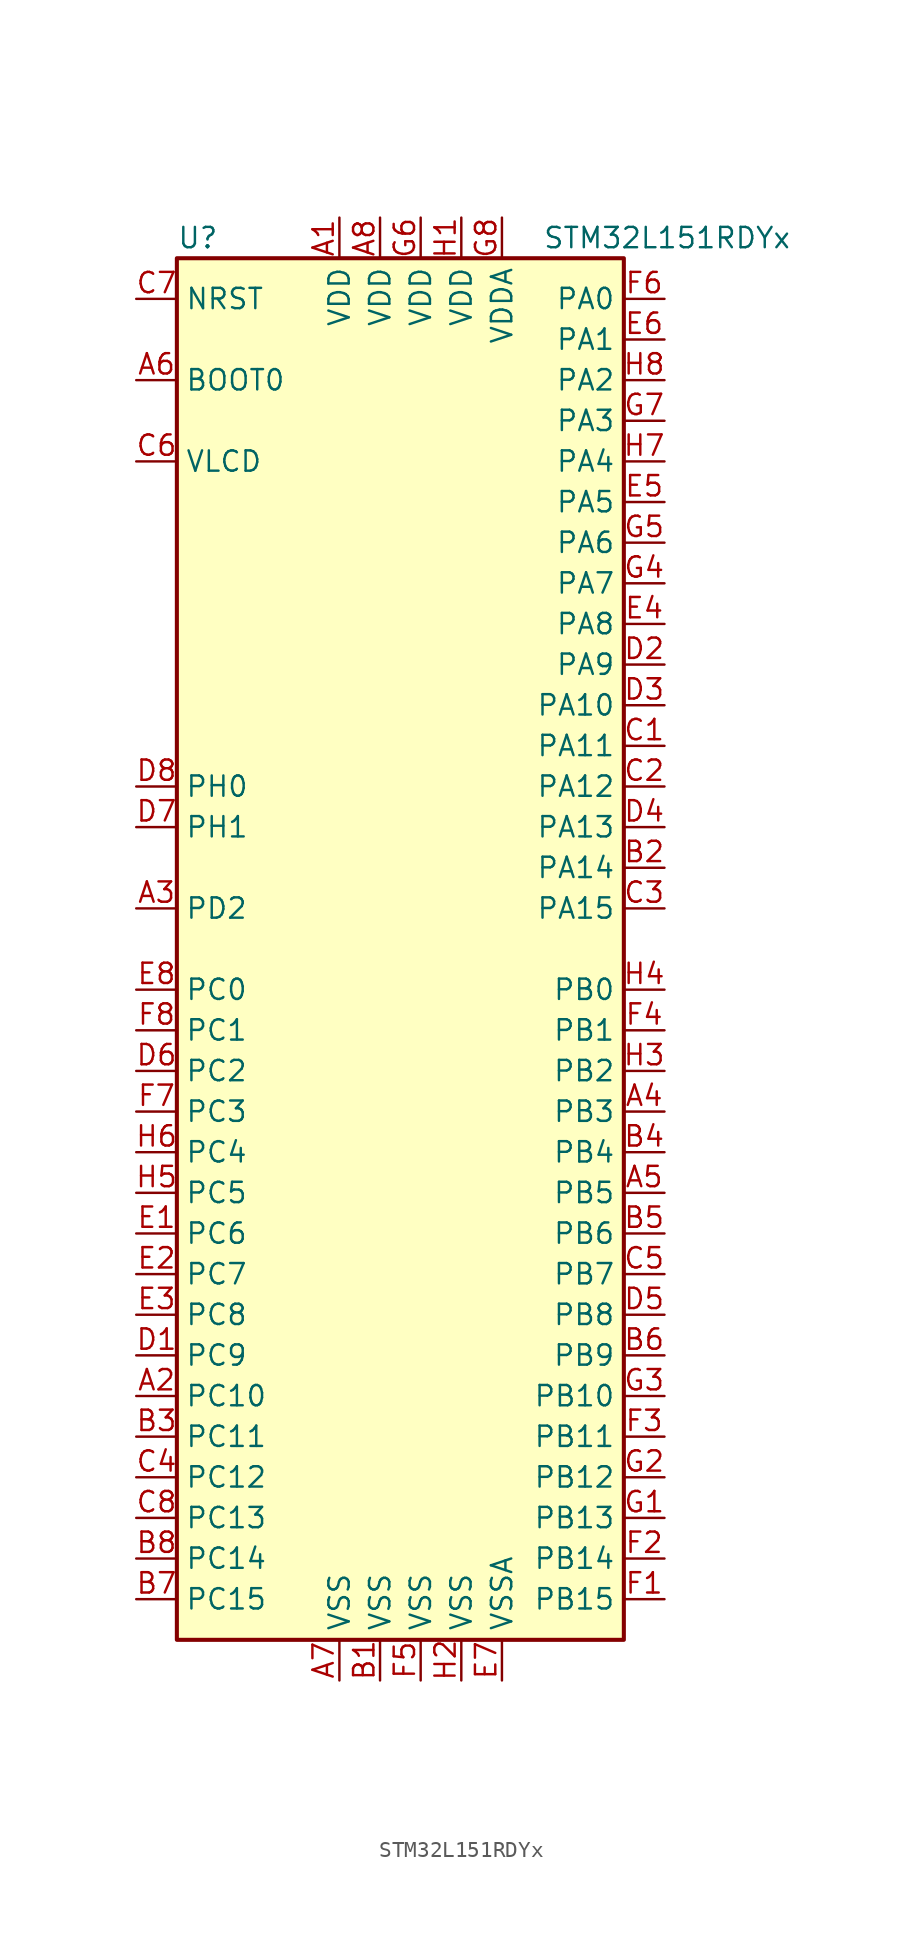
<source format=kicad_sym>
(kicad_symbol_lib
  (version 20201005)
  (generator kicad_symbol_editor)
  (symbol "MCU_ST_STM32L1:STM32L151RDYx"
    (property "Reference" "U"
      (at -15.24 44.45 0)
      (effects (font (size 1.27 1.27)) (justify left)))
    (property "Value" "STM32L151RDYx"
      (at 7.62 44.45 0)
      (effects (font (size 1.27 1.27)) (justify left)))
    (symbol "STM32L151RDYx_0_1"
      (rectangle (start -15.24 -43.18) (end 12.7 43.18) (stroke (width 0.254)) (fill (type background))))
    (symbol "STM32L151RDYx_1_1"
      (pin input line (at -17.78 35.56 0) (length 2.54) (name "BOOT0" (effects (font (size 1.27 1.27)))) (number "A6" (effects (font (size 1.27 1.27)))))
      (pin input line (at -17.78 40.64 0) (length 2.54) (name "NRST" (effects (font (size 1.27 1.27)))) (number "C7" (effects (font (size 1.27 1.27)))))
      (pin bidirectional line (at 15.24 40.64 180) (length 2.54) (name "PA0" (effects (font (size 1.27 1.27)))) (number "F6" (effects (font (size 1.27 1.27)))))
      (pin bidirectional line (at 15.24 38.1 180) (length 2.54) (name "PA1" (effects (font (size 1.27 1.27)))) (number "E6" (effects (font (size 1.27 1.27)))))
      (pin bidirectional line (at 15.24 15.24 180) (length 2.54) (name "PA10" (effects (font (size 1.27 1.27)))) (number "D3" (effects (font (size 1.27 1.27)))))
      (pin bidirectional line (at 15.24 12.7 180) (length 2.54) (name "PA11" (effects (font (size 1.27 1.27)))) (number "C1" (effects (font (size 1.27 1.27)))))
      (pin bidirectional line (at 15.24 10.16 180) (length 2.54) (name "PA12" (effects (font (size 1.27 1.27)))) (number "C2" (effects (font (size 1.27 1.27)))))
      (pin bidirectional line (at 15.24 7.62 180) (length 2.54) (name "PA13" (effects (font (size 1.27 1.27)))) (number "D4" (effects (font (size 1.27 1.27)))))
      (pin bidirectional line (at 15.24 5.08 180) (length 2.54) (name "PA14" (effects (font (size 1.27 1.27)))) (number "B2" (effects (font (size 1.27 1.27)))))
      (pin bidirectional line (at 15.24 2.54 180) (length 2.54) (name "PA15" (effects (font (size 1.27 1.27)))) (number "C3" (effects (font (size 1.27 1.27)))))
      (pin bidirectional line (at 15.24 35.56 180) (length 2.54) (name "PA2" (effects (font (size 1.27 1.27)))) (number "H8" (effects (font (size 1.27 1.27)))))
      (pin bidirectional line (at 15.24 33.02 180) (length 2.54) (name "PA3" (effects (font (size 1.27 1.27)))) (number "G7" (effects (font (size 1.27 1.27)))))
      (pin bidirectional line (at 15.24 30.48 180) (length 2.54) (name "PA4" (effects (font (size 1.27 1.27)))) (number "H7" (effects (font (size 1.27 1.27)))))
      (pin bidirectional line (at 15.24 27.94 180) (length 2.54) (name "PA5" (effects (font (size 1.27 1.27)))) (number "E5" (effects (font (size 1.27 1.27)))))
      (pin bidirectional line (at 15.24 25.4 180) (length 2.54) (name "PA6" (effects (font (size 1.27 1.27)))) (number "G5" (effects (font (size 1.27 1.27)))))
      (pin bidirectional line (at 15.24 22.86 180) (length 2.54) (name "PA7" (effects (font (size 1.27 1.27)))) (number "G4" (effects (font (size 1.27 1.27)))))
      (pin bidirectional line (at 15.24 20.32 180) (length 2.54) (name "PA8" (effects (font (size 1.27 1.27)))) (number "E4" (effects (font (size 1.27 1.27)))))
      (pin bidirectional line (at 15.24 17.78 180) (length 2.54) (name "PA9" (effects (font (size 1.27 1.27)))) (number "D2" (effects (font (size 1.27 1.27)))))
      (pin bidirectional line (at 15.24 -2.54 180) (length 2.54) (name "PB0" (effects (font (size 1.27 1.27)))) (number "H4" (effects (font (size 1.27 1.27)))))
      (pin bidirectional line (at 15.24 -5.08 180) (length 2.54) (name "PB1" (effects (font (size 1.27 1.27)))) (number "F4" (effects (font (size 1.27 1.27)))))
      (pin bidirectional line (at 15.24 -27.94 180) (length 2.54) (name "PB10" (effects (font (size 1.27 1.27)))) (number "G3" (effects (font (size 1.27 1.27)))))
      (pin bidirectional line (at 15.24 -30.48 180) (length 2.54) (name "PB11" (effects (font (size 1.27 1.27)))) (number "F3" (effects (font (size 1.27 1.27)))))
      (pin bidirectional line (at 15.24 -33.02 180) (length 2.54) (name "PB12" (effects (font (size 1.27 1.27)))) (number "G2" (effects (font (size 1.27 1.27)))))
      (pin bidirectional line (at 15.24 -35.56 180) (length 2.54) (name "PB13" (effects (font (size 1.27 1.27)))) (number "G1" (effects (font (size 1.27 1.27)))))
      (pin bidirectional line (at 15.24 -38.1 180) (length 2.54) (name "PB14" (effects (font (size 1.27 1.27)))) (number "F2" (effects (font (size 1.27 1.27)))))
      (pin bidirectional line (at 15.24 -40.64 180) (length 2.54) (name "PB15" (effects (font (size 1.27 1.27)))) (number "F1" (effects (font (size 1.27 1.27)))))
      (pin bidirectional line (at 15.24 -7.62 180) (length 2.54) (name "PB2" (effects (font (size 1.27 1.27)))) (number "H3" (effects (font (size 1.27 1.27)))))
      (pin bidirectional line (at 15.24 -10.16 180) (length 2.54) (name "PB3" (effects (font (size 1.27 1.27)))) (number "A4" (effects (font (size 1.27 1.27)))))
      (pin bidirectional line (at 15.24 -12.7 180) (length 2.54) (name "PB4" (effects (font (size 1.27 1.27)))) (number "B4" (effects (font (size 1.27 1.27)))))
      (pin bidirectional line (at 15.24 -15.24 180) (length 2.54) (name "PB5" (effects (font (size 1.27 1.27)))) (number "A5" (effects (font (size 1.27 1.27)))))
      (pin bidirectional line (at 15.24 -17.78 180) (length 2.54) (name "PB6" (effects (font (size 1.27 1.27)))) (number "B5" (effects (font (size 1.27 1.27)))))
      (pin bidirectional line (at 15.24 -20.32 180) (length 2.54) (name "PB7" (effects (font (size 1.27 1.27)))) (number "C5" (effects (font (size 1.27 1.27)))))
      (pin bidirectional line (at 15.24 -22.86 180) (length 2.54) (name "PB8" (effects (font (size 1.27 1.27)))) (number "D5" (effects (font (size 1.27 1.27)))))
      (pin bidirectional line (at 15.24 -25.4 180) (length 2.54) (name "PB9" (effects (font (size 1.27 1.27)))) (number "B6" (effects (font (size 1.27 1.27)))))
      (pin bidirectional line (at -17.78 -2.54 0) (length 2.54) (name "PC0" (effects (font (size 1.27 1.27)))) (number "E8" (effects (font (size 1.27 1.27)))))
      (pin bidirectional line (at -17.78 -5.08 0) (length 2.54) (name "PC1" (effects (font (size 1.27 1.27)))) (number "F8" (effects (font (size 1.27 1.27)))))
      (pin bidirectional line (at -17.78 -27.94 0) (length 2.54) (name "PC10" (effects (font (size 1.27 1.27)))) (number "A2" (effects (font (size 1.27 1.27)))))
      (pin bidirectional line (at -17.78 -30.48 0) (length 2.54) (name "PC11" (effects (font (size 1.27 1.27)))) (number "B3" (effects (font (size 1.27 1.27)))))
      (pin bidirectional line (at -17.78 -33.02 0) (length 2.54) (name "PC12" (effects (font (size 1.27 1.27)))) (number "C4" (effects (font (size 1.27 1.27)))))
      (pin bidirectional line (at -17.78 -35.56 0) (length 2.54) (name "PC13" (effects (font (size 1.27 1.27)))) (number "C8" (effects (font (size 1.27 1.27)))))
      (pin bidirectional line (at -17.78 -38.1 0) (length 2.54) (name "PC14" (effects (font (size 1.27 1.27)))) (number "B8" (effects (font (size 1.27 1.27)))))
      (pin bidirectional line (at -17.78 -40.64 0) (length 2.54) (name "PC15" (effects (font (size 1.27 1.27)))) (number "B7" (effects (font (size 1.27 1.27)))))
      (pin bidirectional line (at -17.78 -7.62 0) (length 2.54) (name "PC2" (effects (font (size 1.27 1.27)))) (number "D6" (effects (font (size 1.27 1.27)))))
      (pin bidirectional line (at -17.78 -10.16 0) (length 2.54) (name "PC3" (effects (font (size 1.27 1.27)))) (number "F7" (effects (font (size 1.27 1.27)))))
      (pin bidirectional line (at -17.78 -12.7 0) (length 2.54) (name "PC4" (effects (font (size 1.27 1.27)))) (number "H6" (effects (font (size 1.27 1.27)))))
      (pin bidirectional line (at -17.78 -15.24 0) (length 2.54) (name "PC5" (effects (font (size 1.27 1.27)))) (number "H5" (effects (font (size 1.27 1.27)))))
      (pin bidirectional line (at -17.78 -17.78 0) (length 2.54) (name "PC6" (effects (font (size 1.27 1.27)))) (number "E1" (effects (font (size 1.27 1.27)))))
      (pin bidirectional line (at -17.78 -20.32 0) (length 2.54) (name "PC7" (effects (font (size 1.27 1.27)))) (number "E2" (effects (font (size 1.27 1.27)))))
      (pin bidirectional line (at -17.78 -22.86 0) (length 2.54) (name "PC8" (effects (font (size 1.27 1.27)))) (number "E3" (effects (font (size 1.27 1.27)))))
      (pin bidirectional line (at -17.78 -25.4 0) (length 2.54) (name "PC9" (effects (font (size 1.27 1.27)))) (number "D1" (effects (font (size 1.27 1.27)))))
      (pin bidirectional line (at -17.78 2.54 0) (length 2.54) (name "PD2" (effects (font (size 1.27 1.27)))) (number "A3" (effects (font (size 1.27 1.27)))))
      (pin input line (at -17.78 10.16 0) (length 2.54) (name "PH0" (effects (font (size 1.27 1.27)))) (number "D8" (effects (font (size 1.27 1.27)))))
      (pin input line (at -17.78 7.62 0) (length 2.54) (name "PH1" (effects (font (size 1.27 1.27)))) (number "D7" (effects (font (size 1.27 1.27)))))
      (pin power_in line (at -5.08 45.72 270) (length 2.54) (name "VDD" (effects (font (size 1.27 1.27)))) (number "A1" (effects (font (size 1.27 1.27)))))
      (pin power_in line (at -2.54 45.72 270) (length 2.54) (name "VDD" (effects (font (size 1.27 1.27)))) (number "A8" (effects (font (size 1.27 1.27)))))
      (pin power_in line (at 0 45.72 270) (length 2.54) (name "VDD" (effects (font (size 1.27 1.27)))) (number "G6" (effects (font (size 1.27 1.27)))))
      (pin power_in line (at 2.54 45.72 270) (length 2.54) (name "VDD" (effects (font (size 1.27 1.27)))) (number "H1" (effects (font (size 1.27 1.27)))))
      (pin power_in line (at 5.08 45.72 270) (length 2.54) (name "VDDA" (effects (font (size 1.27 1.27)))) (number "G8" (effects (font (size 1.27 1.27)))))
      (pin power_in line (at -17.78 30.48 0) (length 2.54) (name "VLCD" (effects (font (size 1.27 1.27)))) (number "C6" (effects (font (size 1.27 1.27)))))
      (pin power_in line (at -5.08 -45.72 90) (length 2.54) (name "VSS" (effects (font (size 1.27 1.27)))) (number "A7" (effects (font (size 1.27 1.27)))))
      (pin power_in line (at -2.54 -45.72 90) (length 2.54) (name "VSS" (effects (font (size 1.27 1.27)))) (number "B1" (effects (font (size 1.27 1.27)))))
      (pin power_in line (at 0 -45.72 90) (length 2.54) (name "VSS" (effects (font (size 1.27 1.27)))) (number "F5" (effects (font (size 1.27 1.27)))))
      (pin power_in line (at 2.54 -45.72 90) (length 2.54) (name "VSS" (effects (font (size 1.27 1.27)))) (number "H2" (effects (font (size 1.27 1.27)))))
      (pin power_in line (at 5.08 -45.72 90) (length 2.54) (name "VSSA" (effects (font (size 1.27 1.27)))) (number "E7" (effects (font (size 1.27 1.27))))))))
</source>
